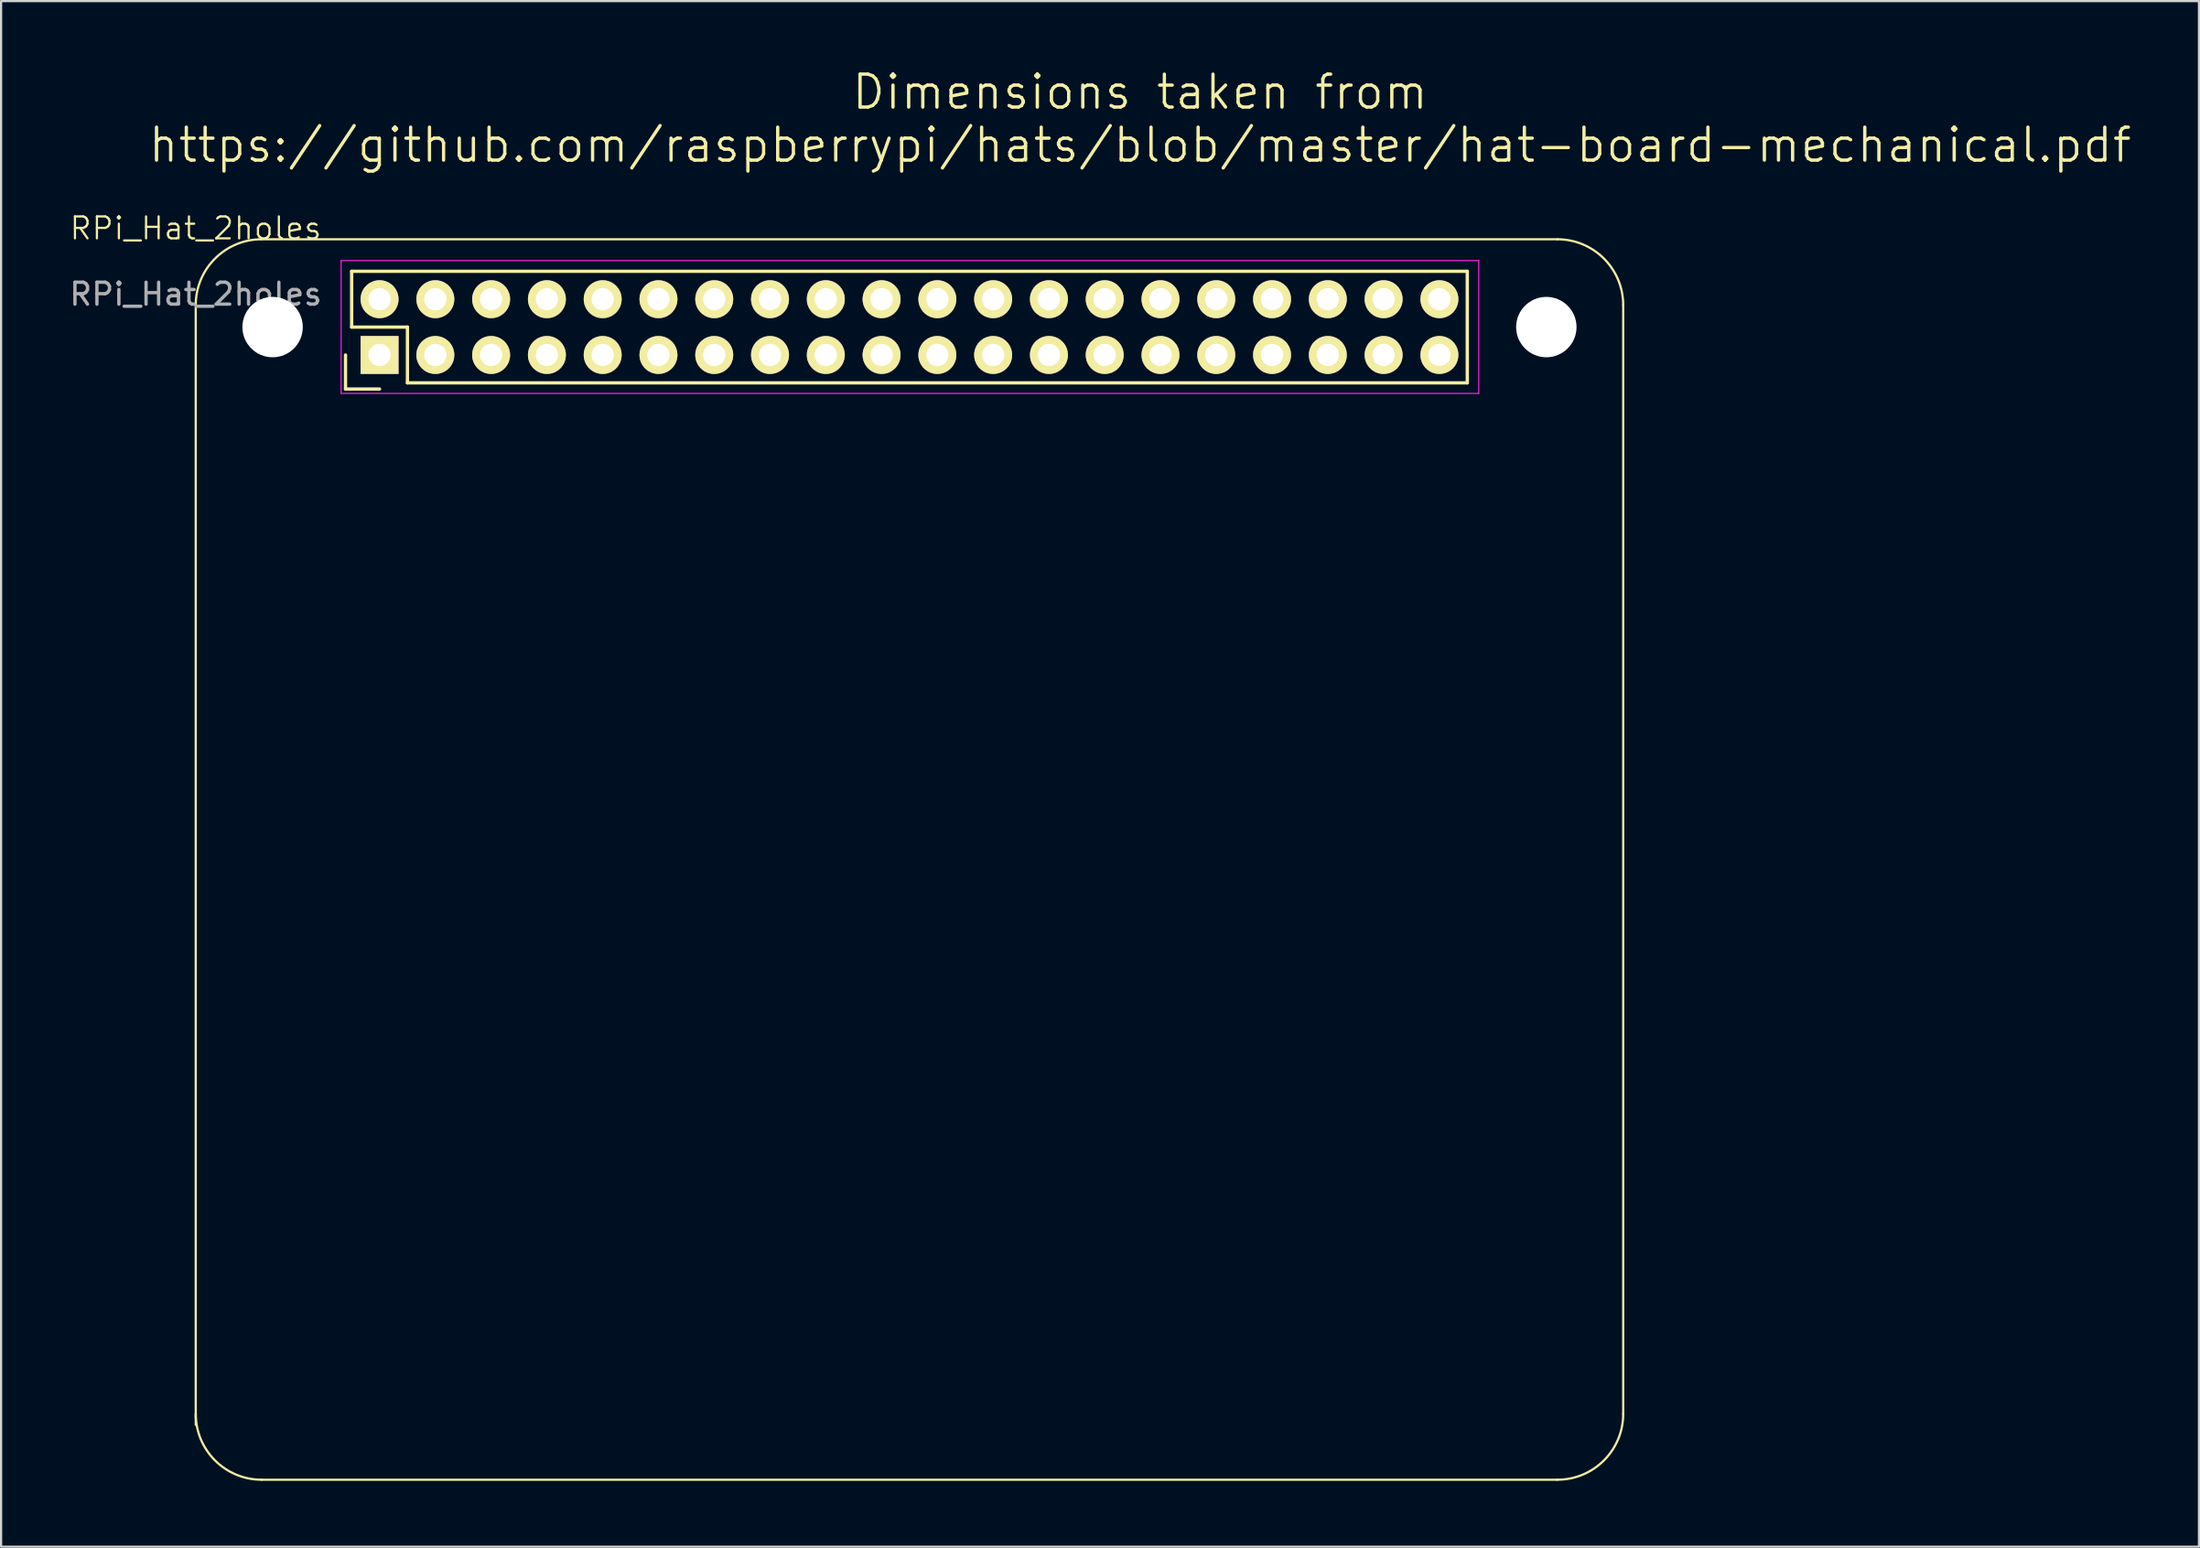
<source format=kicad_pcb>
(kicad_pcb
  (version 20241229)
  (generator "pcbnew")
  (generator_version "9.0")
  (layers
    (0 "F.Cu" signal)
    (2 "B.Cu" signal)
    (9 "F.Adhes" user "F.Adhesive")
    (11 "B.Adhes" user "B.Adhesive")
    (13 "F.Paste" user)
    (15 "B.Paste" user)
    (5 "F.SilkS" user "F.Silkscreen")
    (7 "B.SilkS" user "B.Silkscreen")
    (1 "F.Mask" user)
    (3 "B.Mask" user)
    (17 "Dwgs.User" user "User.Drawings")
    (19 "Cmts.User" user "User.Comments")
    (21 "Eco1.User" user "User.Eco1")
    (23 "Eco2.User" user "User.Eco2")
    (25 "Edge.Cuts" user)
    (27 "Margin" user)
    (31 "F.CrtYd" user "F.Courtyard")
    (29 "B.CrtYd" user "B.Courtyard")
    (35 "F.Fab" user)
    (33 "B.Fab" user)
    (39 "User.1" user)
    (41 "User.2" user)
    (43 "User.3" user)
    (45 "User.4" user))
  (footprint "RPi_Hat_2holes"
    (layer "F.Cu")
    (at 5.863 7.848)
    (property "Reference" "RPi_Hat_2holes" (at 0 -0.5 0) (unlocked yes) (layer "F.SilkS") (effects (font (size 1 1) (thickness 0.1))))
    (attr through_hole exclude_from_pos_files exclude_from_bom)
    (fp_line (start 0 3) (end 0 54) (stroke (width 0.1) (type solid)) (layer "F.SilkS"))
    (fp_line (start 3 0) (end 62 0) (stroke (width 0.1) (type solid)) (layer "F.SilkS"))
    (fp_line (start 3 56.5) (end 62 56.5) (stroke (width 0.1) (type solid)) (layer "F.SilkS"))
    (fp_line (start 6.82 5.27) (end 6.82 6.82) (stroke (width 0.15) (type solid)) (layer "F.SilkS"))
    (fp_line (start 6.82 6.82) (end 8.37 6.82) (stroke (width 0.15) (type solid)) (layer "F.SilkS"))
    (fp_line (start 7.1 1.46) (end 7.1 4) (stroke (width 0.15) (type solid)) (layer "F.SilkS"))
    (fp_line (start 7.1 4) (end 9.64 4) (stroke (width 0.15) (type solid)) (layer "F.SilkS"))
    (fp_line (start 9.64 4) (end 9.64 6.54) (stroke (width 0.15) (type solid)) (layer "F.SilkS"))
    (fp_line (start 9.64 6.54) (end 57.9 6.54) (stroke (width 0.15) (type solid)) (layer "F.SilkS"))
    (fp_line (start 57.9 1.46) (end 7.1 1.46) (stroke (width 0.15) (type solid)) (layer "F.SilkS"))
    (fp_line (start 57.9 1.46) (end 57.9 6.54) (stroke (width 0.15) (type solid)) (layer "F.SilkS"))
    (fp_line (start 65 3) (end 65 53.5) (stroke (width 0.1) (type solid)) (layer "F.SilkS"))
    (fp_arc (start 0 3) (mid 0.87868 0.87868) (end 3 0) (stroke (width 0.1) (type solid)) (layer "F.SilkS"))
    (fp_arc (start 3 56.5) (mid 0.87868 55.62132) (end 0 53.5) (stroke (width 0.1) (type solid)) (layer "F.SilkS"))
    (fp_arc (start 62 0) (mid 64.12132 0.87868) (end 65 3) (stroke (width 0.1) (type solid)) (layer "F.SilkS"))
    (fp_arc (start 65 53.5) (mid 64.12132 55.62132) (end 62 56.5) (stroke (width 0.1) (type solid)) (layer "F.SilkS"))
    (fp_line (start 6.62 0.97) (end 58.42 0.97) (stroke (width 0.05) (type solid)) (layer "F.CrtYd"))
    (fp_line (start 6.62 7.02) (end 6.62 0.97) (stroke (width 0.05) (type solid)) (layer "F.CrtYd"))
    (fp_line (start 6.62 7.02) (end 58.42 7.02) (stroke (width 0.05) (type solid)) (layer "F.CrtYd"))
    (fp_line (start 58.42 7.02) (end 58.42 0.97) (stroke (width 0.05) (type solid)) (layer "F.CrtYd"))
    (fp_text user "Dimensions taken from\nhttps://github.com/raspberrypi/hats/blob/master/hat-board-mechanical.pdf" (at 43 -5.5 0) (unlocked yes) (layer "F.SilkS") (effects (font (size 1.5 1.5) (thickness 0.15))))
    (fp_text user "${REFERENCE}" (at 0 2.5 0) (unlocked yes) (layer "F.Fab") (effects (font (size 1 1) (thickness 0.15))))
    (pad "" np_thru_hole circle (at 3.5 4) (size 2.75 2.75) (drill 2.75) (layers "*.Cu" "*.Mask"))
    (pad "" np_thru_hole circle (at 61.5 4) (size 2.75 2.75) (drill 2.75) (layers "*.Cu" "*.Mask"))
    (pad "1" thru_hole rect (at 8.37 5.27 90) (size 1.727 1.727) (drill 1.016) (layers "*.Cu" "*.Mask" "F.SilkS"))
    (pad "2" thru_hole oval (at 8.37 2.73 90) (size 1.727 1.727) (drill 1.016) (layers "*.Cu" "*.Mask" "F.SilkS"))
    (pad "3" thru_hole oval (at 10.91 5.27 90) (size 1.727 1.727) (drill 1.016) (layers "*.Cu" "*.Mask" "F.SilkS"))
    (pad "4" thru_hole oval (at 10.91 2.73 90) (size 1.727 1.727) (drill 1.016) (layers "*.Cu" "*.Mask" "F.SilkS"))
    (pad "5" thru_hole oval (at 13.45 5.27 90) (size 1.727 1.727) (drill 1.016) (layers "*.Cu" "*.Mask" "F.SilkS"))
    (pad "6" thru_hole oval (at 13.45 2.73 90) (size 1.727 1.727) (drill 1.016) (layers "*.Cu" "*.Mask" "F.SilkS"))
    (pad "7" thru_hole oval (at 15.99 5.27 90) (size 1.727 1.727) (drill 1.016) (layers "*.Cu" "*.Mask" "F.SilkS"))
    (pad "8" thru_hole oval (at 15.99 2.73 90) (size 1.727 1.727) (drill 1.016) (layers "*.Cu" "*.Mask" "F.SilkS"))
    (pad "9" thru_hole oval (at 18.53 5.27 90) (size 1.727 1.727) (drill 1.016) (layers "*.Cu" "*.Mask" "F.SilkS"))
    (pad "10" thru_hole oval (at 18.53 2.73 90) (size 1.727 1.727) (drill 1.016) (layers "*.Cu" "*.Mask" "F.SilkS"))
    (pad "11" thru_hole oval (at 21.07 5.27 90) (size 1.727 1.727) (drill 1.016) (layers "*.Cu" "*.Mask" "F.SilkS"))
    (pad "12" thru_hole oval (at 21.07 2.73 90) (size 1.727 1.727) (drill 1.016) (layers "*.Cu" "*.Mask" "F.SilkS"))
    (pad "13" thru_hole oval (at 23.61 5.27 90) (size 1.727 1.727) (drill 1.016) (layers "*.Cu" "*.Mask" "F.SilkS"))
    (pad "14" thru_hole oval (at 23.61 2.73 90) (size 1.727 1.727) (drill 1.016) (layers "*.Cu" "*.Mask" "F.SilkS"))
    (pad "15" thru_hole oval (at 26.15 5.27 90) (size 1.727 1.727) (drill 1.016) (layers "*.Cu" "*.Mask" "F.SilkS"))
    (pad "16" thru_hole oval (at 26.15 2.73 90) (size 1.727 1.727) (drill 1.016) (layers "*.Cu" "*.Mask" "F.SilkS"))
    (pad "17" thru_hole oval (at 28.69 5.27 90) (size 1.727 1.727) (drill 1.016) (layers "*.Cu" "*.Mask" "F.SilkS"))
    (pad "18" thru_hole oval (at 28.69 2.73 90) (size 1.727 1.727) (drill 1.016) (layers "*.Cu" "*.Mask" "F.SilkS"))
    (pad "19" thru_hole oval (at 31.23 5.27 90) (size 1.727 1.727) (drill 1.016) (layers "*.Cu" "*.Mask" "F.SilkS"))
    (pad "20" thru_hole oval (at 31.23 2.73 90) (size 1.727 1.727) (drill 1.016) (layers "*.Cu" "*.Mask" "F.SilkS"))
    (pad "21" thru_hole oval (at 33.77 5.27 90) (size 1.727 1.727) (drill 1.016) (layers "*.Cu" "*.Mask" "F.SilkS"))
    (pad "22" thru_hole oval (at 33.77 2.73 90) (size 1.727 1.727) (drill 1.016) (layers "*.Cu" "*.Mask" "F.SilkS"))
    (pad "23" thru_hole oval (at 36.31 5.27 90) (size 1.727 1.727) (drill 1.016) (layers "*.Cu" "*.Mask" "F.SilkS"))
    (pad "24" thru_hole oval (at 36.31 2.73 90) (size 1.727 1.727) (drill 1.016) (layers "*.Cu" "*.Mask" "F.SilkS"))
    (pad "25" thru_hole oval (at 38.85 5.27 90) (size 1.727 1.727) (drill 1.016) (layers "*.Cu" "*.Mask" "F.SilkS"))
    (pad "26" thru_hole oval (at 38.85 2.73 90) (size 1.727 1.727) (drill 1.016) (layers "*.Cu" "*.Mask" "F.SilkS"))
    (pad "27" thru_hole oval (at 41.39 5.27 90) (size 1.727 1.727) (drill 1.016) (layers "*.Cu" "*.Mask" "F.SilkS"))
    (pad "28" thru_hole oval (at 41.39 2.73 90) (size 1.727 1.727) (drill 1.016) (layers "*.Cu" "*.Mask" "F.SilkS"))
    (pad "29" thru_hole oval (at 43.93 5.27 90) (size 1.727 1.727) (drill 1.016) (layers "*.Cu" "*.Mask" "F.SilkS"))
    (pad "30" thru_hole oval (at 43.93 2.73 90) (size 1.727 1.727) (drill 1.016) (layers "*.Cu" "*.Mask" "F.SilkS"))
    (pad "31" thru_hole oval (at 46.47 5.27 90) (size 1.727 1.727) (drill 1.016) (layers "*.Cu" "*.Mask" "F.SilkS"))
    (pad "32" thru_hole oval (at 46.47 2.73 90) (size 1.727 1.727) (drill 1.016) (layers "*.Cu" "*.Mask" "F.SilkS"))
    (pad "33" thru_hole oval (at 49.01 5.27 90) (size 1.727 1.727) (drill 1.016) (layers "*.Cu" "*.Mask" "F.SilkS"))
    (pad "34" thru_hole oval (at 49.01 2.73 90) (size 1.727 1.727) (drill 1.016) (layers "*.Cu" "*.Mask" "F.SilkS"))
    (pad "35" thru_hole oval (at 51.55 5.27 90) (size 1.727 1.727) (drill 1.016) (layers "*.Cu" "*.Mask" "F.SilkS"))
    (pad "36" thru_hole oval (at 51.55 2.73 90) (size 1.727 1.727) (drill 1.016) (layers "*.Cu" "*.Mask" "F.SilkS"))
    (pad "37" thru_hole oval (at 54.09 5.27 90) (size 1.727 1.727) (drill 1.016) (layers "*.Cu" "*.Mask" "F.SilkS"))
    (pad "38" thru_hole oval (at 54.09 2.73 90) (size 1.727 1.727) (drill 1.016) (layers "*.Cu" "*.Mask" "F.SilkS"))
    (pad "39" thru_hole oval (at 56.63 5.27 90) (size 1.727 1.727) (drill 1.016) (layers "*.Cu" "*.Mask" "F.SilkS"))
    (pad "40" thru_hole oval (at 56.63 2.73 90) (size 1.727 1.727) (drill 1.016) (layers "*.Cu" "*.Mask" "F.SilkS")))
  (gr_rect
    (start -3 -3)
    (end 97.081 67.398)
    (stroke (width 0.1) (type default))
    (fill no)
    (layer "Edge.Cuts")))
</source>
